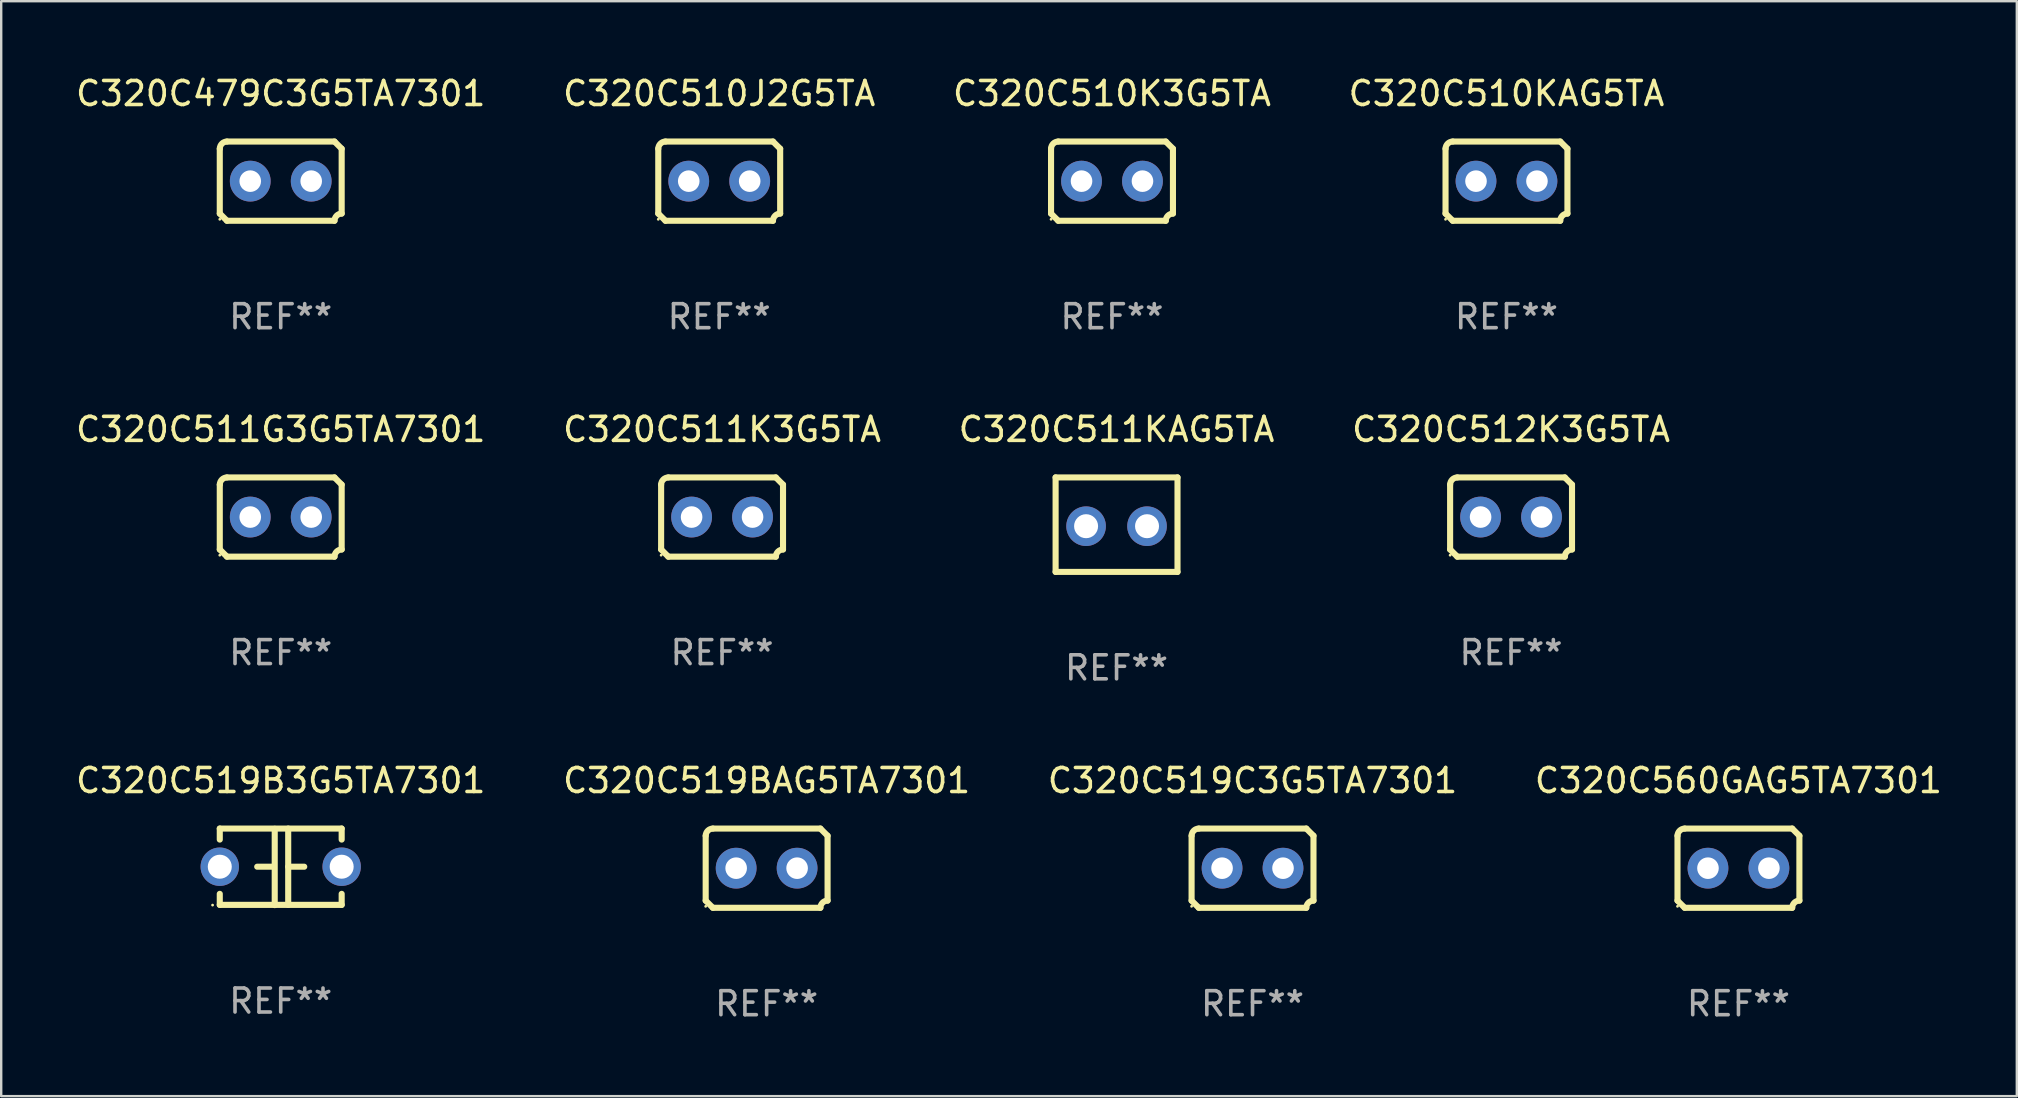
<source format=kicad_pcb>
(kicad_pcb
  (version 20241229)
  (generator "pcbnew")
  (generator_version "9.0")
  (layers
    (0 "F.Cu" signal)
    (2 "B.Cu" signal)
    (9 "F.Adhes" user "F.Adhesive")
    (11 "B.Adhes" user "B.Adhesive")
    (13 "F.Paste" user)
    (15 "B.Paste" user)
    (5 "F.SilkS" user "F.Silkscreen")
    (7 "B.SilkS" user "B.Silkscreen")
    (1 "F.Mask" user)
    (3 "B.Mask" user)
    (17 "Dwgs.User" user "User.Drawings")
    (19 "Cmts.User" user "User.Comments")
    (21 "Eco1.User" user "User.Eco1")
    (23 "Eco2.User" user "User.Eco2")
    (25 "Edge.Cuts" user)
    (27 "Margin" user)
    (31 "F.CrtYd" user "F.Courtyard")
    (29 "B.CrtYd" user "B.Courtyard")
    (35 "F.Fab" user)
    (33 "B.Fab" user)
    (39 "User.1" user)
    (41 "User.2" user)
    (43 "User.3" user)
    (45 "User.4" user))
  (footprint "C320C510K3G5TA"
    (layer "F.Cu")
    (at 43.292 4.499)
    (property "Reference" "C320C510K3G5TA" (at 0 -3.651 0) (layer "F.SilkS") (effects (font (size 1 1) (thickness 0.15))))
    (attr through_hole)
    (fp_line (start -2.54 -1.351) (end -2.54 1.351) (stroke (width 0.254) (type solid)) (layer "F.SilkS"))
    (fp_line (start -2.24 -1.651) (end 2.24 -1.651) (stroke (width 0.254) (type solid)) (layer "F.SilkS"))
    (fp_line (start 2.24 1.651) (end -2.24 1.651) (stroke (width 0.254) (type solid)) (layer "F.SilkS"))
    (fp_line (start 2.54 1.351) (end 2.54 -1.351) (stroke (width 0.254) (type solid)) (layer "F.SilkS"))
    (fp_arc (start -2.540005 -1.351283) (mid -2.450115 -1.561309) (end -2.240005 -1.651003) (stroke (width 0.254001) (type solid)) (layer "F.SilkS"))
    (fp_arc (start -2.240287 1.651001) (mid -2.390163 1.501019) (end -2.540005 1.351003) (stroke (width 0.254001) (type solid)) (layer "F.SilkS"))
    (fp_arc (start 2.240005 1.651003) (mid 2.329934 1.441015) (end 2.540005 1.351282) (stroke (width 0.254001) (type solid)) (layer "F.SilkS"))
    (fp_arc (start 2.540005 -1.351003) (mid 2.389393 -1.500252) (end 2.240284 -1.651003) (stroke (width 0.254001) (type solid)) (layer "F.SilkS"))
    (fp_circle (center -2.54 1.59) (end -2.51 1.59) (stroke (width 0.06) (type solid)) (fill no) (layer "F.SilkS"))
    (fp_text user "REF**" (at 0 5.651 0) (layer "F.Fab") (effects (font (size 1 1) (thickness 0.15))))
    (pad "1" thru_hole circle (at -1.27 0) (size 1.7 1.7) (drill 0.9) (layers "*.Cu" "*.Mask"))
    (pad "2" thru_hole circle (at 1.27 0) (size 1.7 1.7) (drill 0.9) (layers "*.Cu" "*.Mask")))
  (footprint "C320C519BAG5TA7301"
    (layer "F.Cu")
    (at 28.899 33.131)
    (property "Reference" "C320C519BAG5TA7301" (at 0 -3.651 0) (layer "F.SilkS") (effects (font (size 1 1) (thickness 0.15))))
    (attr through_hole)
    (fp_line (start -2.54 -1.351) (end -2.54 1.351) (stroke (width 0.254) (type solid)) (layer "F.SilkS"))
    (fp_line (start -2.24 -1.651) (end 2.24 -1.651) (stroke (width 0.254) (type solid)) (layer "F.SilkS"))
    (fp_line (start 2.24 1.651) (end -2.24 1.651) (stroke (width 0.254) (type solid)) (layer "F.SilkS"))
    (fp_line (start 2.54 1.351) (end 2.54 -1.351) (stroke (width 0.254) (type solid)) (layer "F.SilkS"))
    (fp_arc (start -2.540005 -1.351283) (mid -2.450115 -1.561309) (end -2.240005 -1.651003) (stroke (width 0.254001) (type solid)) (layer "F.SilkS"))
    (fp_arc (start -2.240287 1.651001) (mid -2.390163 1.501019) (end -2.540005 1.351003) (stroke (width 0.254001) (type solid)) (layer "F.SilkS"))
    (fp_arc (start 2.240005 1.651003) (mid 2.329934 1.441015) (end 2.540005 1.351282) (stroke (width 0.254001) (type solid)) (layer "F.SilkS"))
    (fp_arc (start 2.540005 -1.351003) (mid 2.389393 -1.500252) (end 2.240284 -1.651003) (stroke (width 0.254001) (type solid)) (layer "F.SilkS"))
    (fp_circle (center -2.54 1.59) (end -2.51 1.59) (stroke (width 0.06) (type solid)) (fill no) (layer "F.SilkS"))
    (fp_text user "REF**" (at 0 5.651 0) (layer "F.Fab") (effects (font (size 1 1) (thickness 0.15))))
    (pad "1" thru_hole circle (at -1.27 0) (size 1.7 1.7) (drill 0.9) (layers "*.Cu" "*.Mask"))
    (pad "2" thru_hole circle (at 1.27 0) (size 1.7 1.7) (drill 0.9) (layers "*.Cu" "*.Mask")))
  (footprint "C320C512K3G5TA"
    (layer "F.Cu")
    (at 59.923 18.498)
    (property "Reference" "C320C512K3G5TA" (at 0 -3.651 0) (layer "F.SilkS") (effects (font (size 1 1) (thickness 0.15))))
    (attr through_hole)
    (fp_line (start -2.54 -1.351) (end -2.54 1.351) (stroke (width 0.254) (type solid)) (layer "F.SilkS"))
    (fp_line (start -2.24 -1.651) (end 2.24 -1.651) (stroke (width 0.254) (type solid)) (layer "F.SilkS"))
    (fp_line (start 2.24 1.651) (end -2.24 1.651) (stroke (width 0.254) (type solid)) (layer "F.SilkS"))
    (fp_line (start 2.54 1.351) (end 2.54 -1.351) (stroke (width 0.254) (type solid)) (layer "F.SilkS"))
    (fp_arc (start -2.540005 -1.351283) (mid -2.450115 -1.561309) (end -2.240005 -1.651003) (stroke (width 0.254001) (type solid)) (layer "F.SilkS"))
    (fp_arc (start -2.240287 1.651001) (mid -2.390163 1.501019) (end -2.540005 1.351003) (stroke (width 0.254001) (type solid)) (layer "F.SilkS"))
    (fp_arc (start 2.240005 1.651003) (mid 2.329934 1.441015) (end 2.540005 1.351282) (stroke (width 0.254001) (type solid)) (layer "F.SilkS"))
    (fp_arc (start 2.540005 -1.351003) (mid 2.389393 -1.500252) (end 2.240284 -1.651003) (stroke (width 0.254001) (type solid)) (layer "F.SilkS"))
    (fp_circle (center -2.54 1.59) (end -2.51 1.59) (stroke (width 0.06) (type solid)) (fill no) (layer "F.SilkS"))
    (fp_text user "REF**" (at 0 5.651 0) (layer "F.Fab") (effects (font (size 1 1) (thickness 0.15))))
    (pad "1" thru_hole circle (at -1.27 0) (size 1.7 1.7) (drill 0.9) (layers "*.Cu" "*.Mask"))
    (pad "2" thru_hole circle (at 1.27 0) (size 1.7 1.7) (drill 0.9) (layers "*.Cu" "*.Mask")))
  (footprint "C320C519B3G5TA7301"
    (layer "F.Cu")
    (at 8.649 33.075)
    (property "Reference" "C320C519B3G5TA7301" (at 0 -3.595 0) (layer "F.SilkS") (effects (font (size 1 1) (thickness 0.15))))
    (attr through_hole)
    (fp_line (start -2.54 -1.595) (end -2.54 -1.136) (stroke (width 0.254) (type solid)) (layer "F.SilkS"))
    (fp_line (start -2.54 -1.595) (end 2.54 -1.595) (stroke (width 0.254) (type solid)) (layer "F.SilkS"))
    (fp_line (start -2.54 1.126) (end -2.54 1.585) (stroke (width 0.254) (type solid)) (layer "F.SilkS"))
    (fp_line (start -0.312 -0.005) (end -0.98 -0.005) (stroke (width 0.254) (type solid)) (layer "F.SilkS"))
    (fp_line (start -0.25 -1.585) (end -0.25 1.595) (stroke (width 0.254) (type solid)) (layer "F.SilkS"))
    (fp_line (start 0.312 -1.595) (end 0.312 1.585) (stroke (width 0.254) (type solid)) (layer "F.SilkS"))
    (fp_line (start 0.312 -0.005) (end 0.98 -0.005) (stroke (width 0.254) (type solid)) (layer "F.SilkS"))
    (fp_line (start 2.54 -1.595) (end 2.54 -1.136) (stroke (width 0.254) (type solid)) (layer "F.SilkS"))
    (fp_line (start 2.54 1.126) (end 2.54 1.585) (stroke (width 0.254) (type solid)) (layer "F.SilkS"))
    (fp_line (start 2.54 1.585) (end -2.54 1.585) (stroke (width 0.254) (type solid)) (layer "F.SilkS"))
    (fp_circle (center -2.84 1.595) (end -2.81 1.595) (stroke (width 0.06) (type solid)) (fill no) (layer "F.SilkS"))
    (fp_text user "REF**" (at 0 5.595 0) (layer "F.Fab") (effects (font (size 1 1) (thickness 0.15))))
    (pad "1" thru_hole circle (at -2.54 -0.005) (size 1.6 1.6) (drill 1) (layers "*.Cu" "*.Mask"))
    (pad "2" thru_hole circle (at 2.54 -0.005) (size 1.6 1.6) (drill 1) (layers "*.Cu" "*.Mask")))
  (footprint "C320C510J2G5TA"
    (layer "F.Cu")
    (at 26.923 4.499)
    (property "Reference" "C320C510J2G5TA" (at 0 -3.651 0) (layer "F.SilkS") (effects (font (size 1 1) (thickness 0.15))))
    (attr through_hole)
    (fp_line (start -2.54 -1.351) (end -2.54 1.351) (stroke (width 0.254) (type solid)) (layer "F.SilkS"))
    (fp_line (start -2.24 -1.651) (end 2.24 -1.651) (stroke (width 0.254) (type solid)) (layer "F.SilkS"))
    (fp_line (start 2.24 1.651) (end -2.24 1.651) (stroke (width 0.254) (type solid)) (layer "F.SilkS"))
    (fp_line (start 2.54 1.351) (end 2.54 -1.351) (stroke (width 0.254) (type solid)) (layer "F.SilkS"))
    (fp_arc (start -2.540005 -1.351283) (mid -2.450115 -1.561309) (end -2.240005 -1.651003) (stroke (width 0.254001) (type solid)) (layer "F.SilkS"))
    (fp_arc (start -2.240287 1.651001) (mid -2.390163 1.501019) (end -2.540005 1.351003) (stroke (width 0.254001) (type solid)) (layer "F.SilkS"))
    (fp_arc (start 2.240005 1.651003) (mid 2.329934 1.441015) (end 2.540005 1.351282) (stroke (width 0.254001) (type solid)) (layer "F.SilkS"))
    (fp_arc (start 2.540005 -1.351003) (mid 2.389393 -1.500252) (end 2.240284 -1.651003) (stroke (width 0.254001) (type solid)) (layer "F.SilkS"))
    (fp_circle (center -2.54 1.59) (end -2.51 1.59) (stroke (width 0.06) (type solid)) (fill no) (layer "F.SilkS"))
    (fp_text user "REF**" (at 0 5.651 0) (layer "F.Fab") (effects (font (size 1 1) (thickness 0.15))))
    (pad "1" thru_hole circle (at -1.27 0) (size 1.7 1.7) (drill 0.9) (layers "*.Cu" "*.Mask"))
    (pad "2" thru_hole circle (at 1.27 0) (size 1.7 1.7) (drill 0.9) (layers "*.Cu" "*.Mask")))
  (footprint "C320C519C3G5TA7301"
    (layer "F.Cu")
    (at 49.149 33.131)
    (property "Reference" "C320C519C3G5TA7301" (at 0 -3.651 0) (layer "F.SilkS") (effects (font (size 1 1) (thickness 0.15))))
    (attr through_hole)
    (fp_line (start -2.54 -1.351) (end -2.54 1.351) (stroke (width 0.254) (type solid)) (layer "F.SilkS"))
    (fp_line (start -2.24 -1.651) (end 2.24 -1.651) (stroke (width 0.254) (type solid)) (layer "F.SilkS"))
    (fp_line (start 2.24 1.651) (end -2.24 1.651) (stroke (width 0.254) (type solid)) (layer "F.SilkS"))
    (fp_line (start 2.54 1.351) (end 2.54 -1.351) (stroke (width 0.254) (type solid)) (layer "F.SilkS"))
    (fp_arc (start -2.540005 -1.351283) (mid -2.450115 -1.561309) (end -2.240005 -1.651003) (stroke (width 0.254001) (type solid)) (layer "F.SilkS"))
    (fp_arc (start -2.240287 1.651001) (mid -2.390163 1.501019) (end -2.540005 1.351003) (stroke (width 0.254001) (type solid)) (layer "F.SilkS"))
    (fp_arc (start 2.240005 1.651003) (mid 2.329934 1.441015) (end 2.540005 1.351282) (stroke (width 0.254001) (type solid)) (layer "F.SilkS"))
    (fp_arc (start 2.540005 -1.351003) (mid 2.389393 -1.500252) (end 2.240284 -1.651003) (stroke (width 0.254001) (type solid)) (layer "F.SilkS"))
    (fp_circle (center -2.54 1.59) (end -2.51 1.59) (stroke (width 0.06) (type solid)) (fill no) (layer "F.SilkS"))
    (fp_text user "REF**" (at 0 5.651 0) (layer "F.Fab") (effects (font (size 1 1) (thickness 0.15))))
    (pad "1" thru_hole circle (at -1.27 0) (size 1.7 1.7) (drill 0.9) (layers "*.Cu" "*.Mask"))
    (pad "2" thru_hole circle (at 1.27 0) (size 1.7 1.7) (drill 0.9) (layers "*.Cu" "*.Mask")))
  (footprint "C320C511KAG5TA"
    (layer "F.Cu")
    (at 43.482 18.815)
    (property "Reference" "C320C511KAG5TA" (at 0 -3.969 0) (layer "F.SilkS") (effects (font (size 1 1) (thickness 0.15))))
    (attr through_hole)
    (fp_line (start -2.54 -1.969) (end -2.54 1.969) (stroke (width 0.254) (type solid)) (layer "F.SilkS"))
    (fp_line (start -2.54 1.969) (end 2.54 1.969) (stroke (width 0.254) (type solid)) (layer "F.SilkS"))
    (fp_line (start 2.54 -1.969) (end -2.54 -1.969) (stroke (width 0.254) (type solid)) (layer "F.SilkS"))
    (fp_line (start 2.54 1.969) (end 2.54 -1.969) (stroke (width 0.254) (type solid)) (layer "F.SilkS"))
    (fp_circle (center -2.55 1.963) (end -2.52 1.963) (stroke (width 0.06) (type solid)) (fill no) (layer "F.SilkS"))
    (fp_text user "REF**" (at 0 5.969 0) (layer "F.Fab") (effects (font (size 1 1) (thickness 0.15))))
    (pad "1" thru_hole circle (at -1.27 0.064) (size 1.65 1.65) (drill 1) (layers "*.Cu" "*.Mask"))
    (pad "2" thru_hole circle (at 1.27 0.064) (size 1.65 1.65) (drill 1) (layers "*.Cu" "*.Mask")))
  (footprint "C320C560GAG5TA7301"
    (layer "F.Cu")
    (at 69.399 33.131)
    (property "Reference" "C320C560GAG5TA7301" (at 0 -3.651 0) (layer "F.SilkS") (effects (font (size 1 1) (thickness 0.15))))
    (attr through_hole)
    (fp_line (start -2.54 -1.351) (end -2.54 1.351) (stroke (width 0.254) (type solid)) (layer "F.SilkS"))
    (fp_line (start -2.24 -1.651) (end 2.24 -1.651) (stroke (width 0.254) (type solid)) (layer "F.SilkS"))
    (fp_line (start 2.24 1.651) (end -2.24 1.651) (stroke (width 0.254) (type solid)) (layer "F.SilkS"))
    (fp_line (start 2.54 1.351) (end 2.54 -1.351) (stroke (width 0.254) (type solid)) (layer "F.SilkS"))
    (fp_arc (start -2.540005 -1.351283) (mid -2.450115 -1.561309) (end -2.240005 -1.651003) (stroke (width 0.254001) (type solid)) (layer "F.SilkS"))
    (fp_arc (start -2.240287 1.651001) (mid -2.390163 1.501019) (end -2.540005 1.351003) (stroke (width 0.254001) (type solid)) (layer "F.SilkS"))
    (fp_arc (start 2.240005 1.651003) (mid 2.329934 1.441015) (end 2.540005 1.351282) (stroke (width 0.254001) (type solid)) (layer "F.SilkS"))
    (fp_arc (start 2.540005 -1.351003) (mid 2.389393 -1.500252) (end 2.240284 -1.651003) (stroke (width 0.254001) (type solid)) (layer "F.SilkS"))
    (fp_circle (center -2.54 1.59) (end -2.51 1.59) (stroke (width 0.06) (type solid)) (fill no) (layer "F.SilkS"))
    (fp_text user "REF**" (at 0 5.651 0) (layer "F.Fab") (effects (font (size 1 1) (thickness 0.15))))
    (pad "1" thru_hole circle (at -1.27 0) (size 1.7 1.7) (drill 0.9) (layers "*.Cu" "*.Mask"))
    (pad "2" thru_hole circle (at 1.27 0) (size 1.7 1.7) (drill 0.9) (layers "*.Cu" "*.Mask")))
  (footprint "C320C511G3G5TA7301"
    (layer "F.Cu")
    (at 8.649 18.498)
    (property "Reference" "C320C511G3G5TA7301" (at 0 -3.651 0) (layer "F.SilkS") (effects (font (size 1 1) (thickness 0.15))))
    (attr through_hole)
    (fp_line (start -2.54 -1.351) (end -2.54 1.351) (stroke (width 0.254) (type solid)) (layer "F.SilkS"))
    (fp_line (start -2.24 -1.651) (end 2.24 -1.651) (stroke (width 0.254) (type solid)) (layer "F.SilkS"))
    (fp_line (start 2.24 1.651) (end -2.24 1.651) (stroke (width 0.254) (type solid)) (layer "F.SilkS"))
    (fp_line (start 2.54 1.351) (end 2.54 -1.351) (stroke (width 0.254) (type solid)) (layer "F.SilkS"))
    (fp_arc (start -2.540005 -1.351283) (mid -2.450115 -1.561309) (end -2.240005 -1.651003) (stroke (width 0.254001) (type solid)) (layer "F.SilkS"))
    (fp_arc (start -2.240287 1.651001) (mid -2.390163 1.501019) (end -2.540005 1.351003) (stroke (width 0.254001) (type solid)) (layer "F.SilkS"))
    (fp_arc (start 2.240005 1.651003) (mid 2.329934 1.441015) (end 2.540005 1.351282) (stroke (width 0.254001) (type solid)) (layer "F.SilkS"))
    (fp_arc (start 2.540005 -1.351003) (mid 2.389393 -1.500252) (end 2.240284 -1.651003) (stroke (width 0.254001) (type solid)) (layer "F.SilkS"))
    (fp_circle (center -2.54 1.59) (end -2.51 1.59) (stroke (width 0.06) (type solid)) (fill no) (layer "F.SilkS"))
    (fp_text user "REF**" (at 0 5.651 0) (layer "F.Fab") (effects (font (size 1 1) (thickness 0.15))))
    (pad "1" thru_hole circle (at -1.27 0) (size 1.7 1.7) (drill 0.9) (layers "*.Cu" "*.Mask"))
    (pad "2" thru_hole circle (at 1.27 0) (size 1.7 1.7) (drill 0.9) (layers "*.Cu" "*.Mask")))
  (footprint "C320C479C3G5TA7301"
    (layer "F.Cu")
    (at 8.649 4.499)
    (property "Reference" "C320C479C3G5TA7301" (at 0 -3.651 0) (layer "F.SilkS") (effects (font (size 1 1) (thickness 0.15))))
    (attr through_hole)
    (fp_line (start -2.54 -1.351) (end -2.54 1.351) (stroke (width 0.254) (type solid)) (layer "F.SilkS"))
    (fp_line (start -2.24 -1.651) (end 2.24 -1.651) (stroke (width 0.254) (type solid)) (layer "F.SilkS"))
    (fp_line (start 2.24 1.651) (end -2.24 1.651) (stroke (width 0.254) (type solid)) (layer "F.SilkS"))
    (fp_line (start 2.54 1.351) (end 2.54 -1.351) (stroke (width 0.254) (type solid)) (layer "F.SilkS"))
    (fp_arc (start -2.540005 -1.351283) (mid -2.450115 -1.561309) (end -2.240005 -1.651003) (stroke (width 0.254001) (type solid)) (layer "F.SilkS"))
    (fp_arc (start -2.240287 1.651001) (mid -2.390163 1.501019) (end -2.540005 1.351003) (stroke (width 0.254001) (type solid)) (layer "F.SilkS"))
    (fp_arc (start 2.240005 1.651003) (mid 2.329934 1.441015) (end 2.540005 1.351282) (stroke (width 0.254001) (type solid)) (layer "F.SilkS"))
    (fp_arc (start 2.540005 -1.351003) (mid 2.389393 -1.500252) (end 2.240284 -1.651003) (stroke (width 0.254001) (type solid)) (layer "F.SilkS"))
    (fp_circle (center -2.54 1.59) (end -2.51 1.59) (stroke (width 0.06) (type solid)) (fill no) (layer "F.SilkS"))
    (fp_text user "REF**" (at 0 5.651 0) (layer "F.Fab") (effects (font (size 1 1) (thickness 0.15))))
    (pad "1" thru_hole circle (at -1.27 0) (size 1.7 1.7) (drill 0.9) (layers "*.Cu" "*.Mask"))
    (pad "2" thru_hole circle (at 1.27 0) (size 1.7 1.7) (drill 0.9) (layers "*.Cu" "*.Mask")))
  (footprint "C320C510KAG5TA"
    (layer "F.Cu")
    (at 59.732 4.499)
    (property "Reference" "C320C510KAG5TA" (at 0 -3.651 0) (layer "F.SilkS") (effects (font (size 1 1) (thickness 0.15))))
    (attr through_hole)
    (fp_line (start -2.54 -1.351) (end -2.54 1.351) (stroke (width 0.254) (type solid)) (layer "F.SilkS"))
    (fp_line (start -2.24 -1.651) (end 2.24 -1.651) (stroke (width 0.254) (type solid)) (layer "F.SilkS"))
    (fp_line (start 2.24 1.651) (end -2.24 1.651) (stroke (width 0.254) (type solid)) (layer "F.SilkS"))
    (fp_line (start 2.54 1.351) (end 2.54 -1.351) (stroke (width 0.254) (type solid)) (layer "F.SilkS"))
    (fp_arc (start -2.540005 -1.351283) (mid -2.450115 -1.561309) (end -2.240005 -1.651003) (stroke (width 0.254001) (type solid)) (layer "F.SilkS"))
    (fp_arc (start -2.240287 1.651001) (mid -2.390163 1.501019) (end -2.540005 1.351003) (stroke (width 0.254001) (type solid)) (layer "F.SilkS"))
    (fp_arc (start 2.240005 1.651003) (mid 2.329934 1.441015) (end 2.540005 1.351282) (stroke (width 0.254001) (type solid)) (layer "F.SilkS"))
    (fp_arc (start 2.540005 -1.351003) (mid 2.389393 -1.500252) (end 2.240284 -1.651003) (stroke (width 0.254001) (type solid)) (layer "F.SilkS"))
    (fp_circle (center -2.54 1.59) (end -2.51 1.59) (stroke (width 0.06) (type solid)) (fill no) (layer "F.SilkS"))
    (fp_text user "REF**" (at 0 5.651 0) (layer "F.Fab") (effects (font (size 1 1) (thickness 0.15))))
    (pad "1" thru_hole circle (at -1.27 0) (size 1.7 1.7) (drill 0.9) (layers "*.Cu" "*.Mask"))
    (pad "2" thru_hole circle (at 1.27 0) (size 1.7 1.7) (drill 0.9) (layers "*.Cu" "*.Mask")))
  (footprint "C320C511K3G5TA"
    (layer "F.Cu")
    (at 27.042 18.498)
    (property "Reference" "C320C511K3G5TA" (at 0 -3.651 0) (layer "F.SilkS") (effects (font (size 1 1) (thickness 0.15))))
    (attr through_hole)
    (fp_line (start -2.54 -1.351) (end -2.54 1.351) (stroke (width 0.254) (type solid)) (layer "F.SilkS"))
    (fp_line (start -2.24 -1.651) (end 2.24 -1.651) (stroke (width 0.254) (type solid)) (layer "F.SilkS"))
    (fp_line (start 2.24 1.651) (end -2.24 1.651) (stroke (width 0.254) (type solid)) (layer "F.SilkS"))
    (fp_line (start 2.54 1.351) (end 2.54 -1.351) (stroke (width 0.254) (type solid)) (layer "F.SilkS"))
    (fp_arc (start -2.540005 -1.351283) (mid -2.450115 -1.561309) (end -2.240005 -1.651003) (stroke (width 0.254001) (type solid)) (layer "F.SilkS"))
    (fp_arc (start -2.240287 1.651001) (mid -2.390163 1.501019) (end -2.540005 1.351003) (stroke (width 0.254001) (type solid)) (layer "F.SilkS"))
    (fp_arc (start 2.240005 1.651003) (mid 2.329934 1.441015) (end 2.540005 1.351282) (stroke (width 0.254001) (type solid)) (layer "F.SilkS"))
    (fp_arc (start 2.540005 -1.351003) (mid 2.389393 -1.500252) (end 2.240284 -1.651003) (stroke (width 0.254001) (type solid)) (layer "F.SilkS"))
    (fp_circle (center -2.54 1.59) (end -2.51 1.59) (stroke (width 0.06) (type solid)) (fill no) (layer "F.SilkS"))
    (fp_text user "REF**" (at 0 5.651 0) (layer "F.Fab") (effects (font (size 1 1) (thickness 0.15))))
    (pad "1" thru_hole circle (at -1.27 0) (size 1.7 1.7) (drill 0.9) (layers "*.Cu" "*.Mask"))
    (pad "2" thru_hole circle (at 1.27 0) (size 1.7 1.7) (drill 0.9) (layers "*.Cu" "*.Mask")))
  (gr_rect
    (start -3 -3)
    (end 81 42.631)
    (stroke (width 0.1) (type default))
    (fill no)
    (layer "Edge.Cuts")))
</source>
